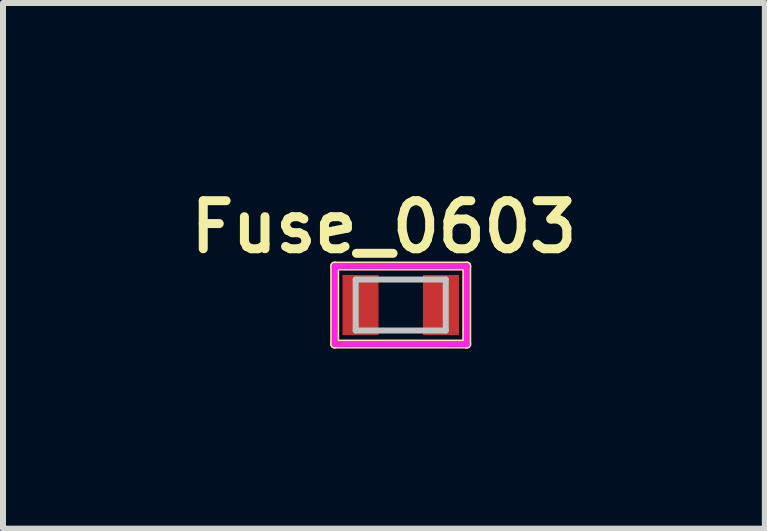
<source format=kicad_pcb>
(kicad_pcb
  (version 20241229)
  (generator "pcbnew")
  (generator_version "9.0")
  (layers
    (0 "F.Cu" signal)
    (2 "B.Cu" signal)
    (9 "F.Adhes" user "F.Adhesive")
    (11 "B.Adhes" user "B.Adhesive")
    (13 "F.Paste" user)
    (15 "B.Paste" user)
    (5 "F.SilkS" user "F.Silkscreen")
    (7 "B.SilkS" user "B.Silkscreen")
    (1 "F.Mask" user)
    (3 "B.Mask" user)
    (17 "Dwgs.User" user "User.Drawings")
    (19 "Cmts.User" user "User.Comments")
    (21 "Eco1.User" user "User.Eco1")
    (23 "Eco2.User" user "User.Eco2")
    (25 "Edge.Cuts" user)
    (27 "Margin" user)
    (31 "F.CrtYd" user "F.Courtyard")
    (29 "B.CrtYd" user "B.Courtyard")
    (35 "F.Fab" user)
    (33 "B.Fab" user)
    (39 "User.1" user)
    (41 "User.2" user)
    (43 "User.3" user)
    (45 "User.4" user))
  (footprint "Fuse_0603"
    (layer "F.Cu")
    (at 3.625 2.031)
    (property "Reference" "Fuse_0603" (at -0.28 -1.3 0) (layer "F.SilkS") (effects (font (size 0.8 0.8) (thickness 0.15))))
    (attr through_hole)
    (fp_line (start -1.1 -0.65) (end -1.1 0.65) (stroke (width 0.15) (type solid)) (layer "F.SilkS"))
    (fp_line (start -1.1 0.65) (end 1.1 0.65) (stroke (width 0.15) (type solid)) (layer "F.SilkS"))
    (fp_line (start 1.1 -0.65) (end -1.1 -0.65) (stroke (width 0.15) (type solid)) (layer "F.SilkS"))
    (fp_line (start 1.1 0.65) (end 1.1 -0.65) (stroke (width 0.15) (type solid)) (layer "F.SilkS"))
    (fp_line (start -0.75 -0.425) (end 0.75 -0.425) (stroke (width 0.1) (type solid)) (layer "Dwgs.User"))
    (fp_line (start -0.75 0.425) (end -0.75 -0.425) (stroke (width 0.1) (type solid)) (layer "Dwgs.User"))
    (fp_line (start 0.75 -0.425) (end 0.75 0.425) (stroke (width 0.1) (type solid)) (layer "Dwgs.User"))
    (fp_line (start 0.75 0.425) (end -0.75 0.425) (stroke (width 0.1) (type solid)) (layer "Dwgs.User"))
    (fp_line (start -1.1 -0.65) (end 1.1 -0.65) (stroke (width 0.1) (type solid)) (layer "F.CrtYd"))
    (fp_line (start -1.1 0.65) (end -1.1 -0.65) (stroke (width 0.1) (type solid)) (layer "F.CrtYd"))
    (fp_line (start 1.1 -0.65) (end 1.1 0.65) (stroke (width 0.1) (type solid)) (layer "F.CrtYd"))
    (fp_line (start 1.1 0.65) (end -1.1 0.65) (stroke (width 0.1) (type solid)) (layer "F.CrtYd"))
    (pad "1" smd rect (at -0.67 0) (size 0.6 1) (layers "F.Cu" "F.Mask" "F.Paste"))
    (pad "2" smd rect (at 0.67 0) (size 0.6 1) (layers "F.Cu" "F.Mask" "F.Paste")))
  (gr_rect
    (start -3 -3)
    (end 9.69 5.756)
    (stroke (width 0.1) (type default))
    (fill no)
    (layer "Edge.Cuts")))
</source>
